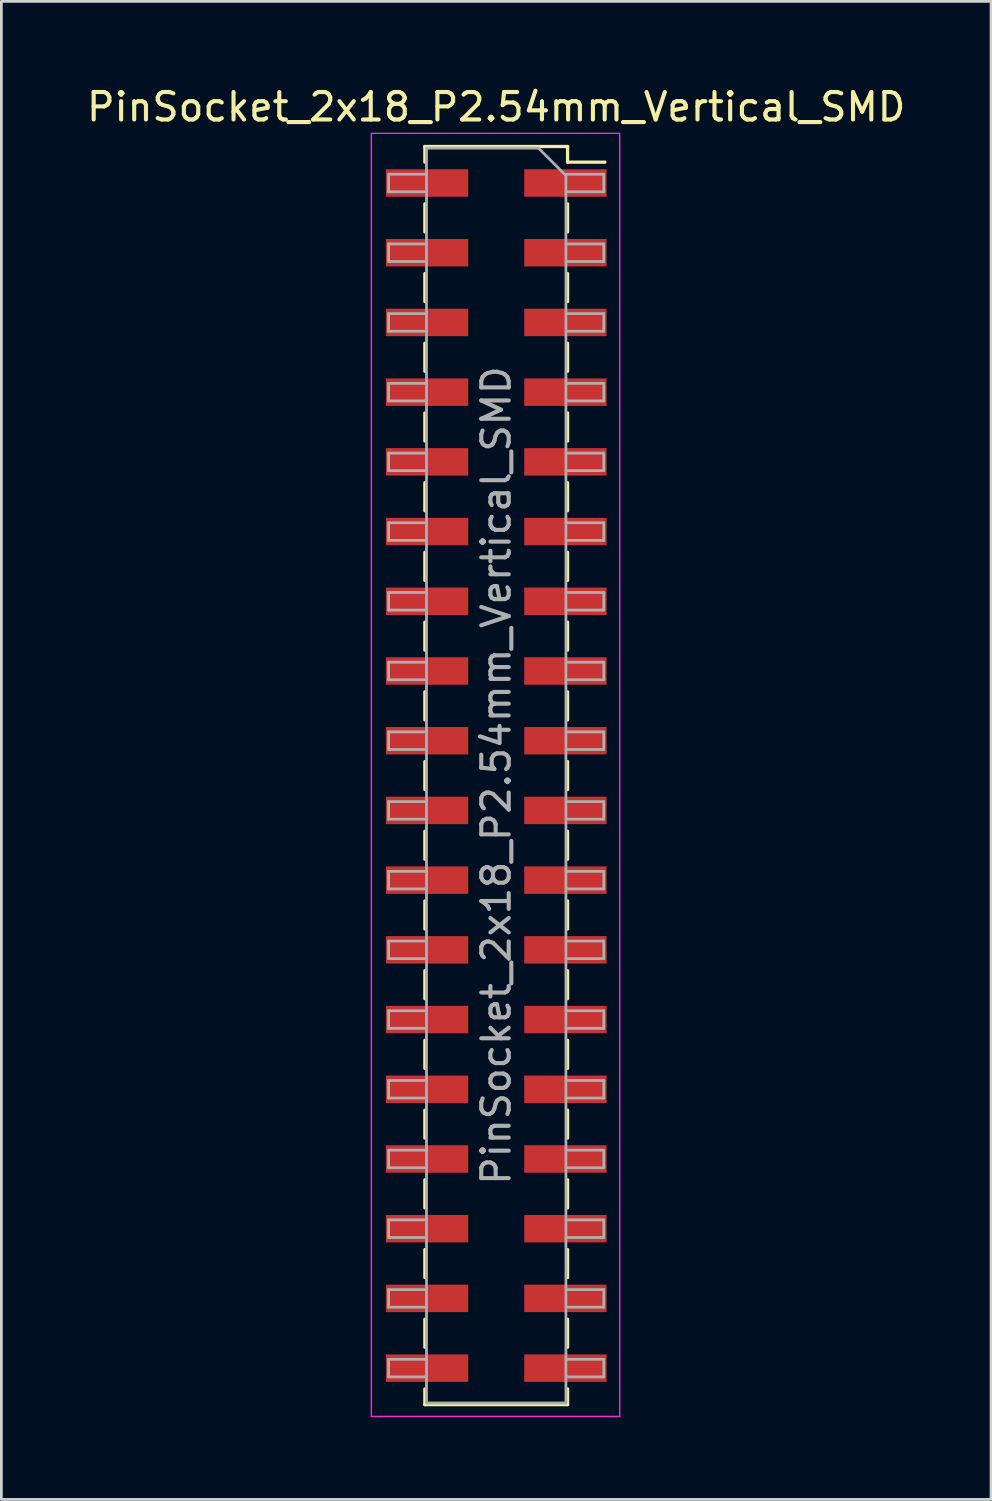
<source format=kicad_pcb>
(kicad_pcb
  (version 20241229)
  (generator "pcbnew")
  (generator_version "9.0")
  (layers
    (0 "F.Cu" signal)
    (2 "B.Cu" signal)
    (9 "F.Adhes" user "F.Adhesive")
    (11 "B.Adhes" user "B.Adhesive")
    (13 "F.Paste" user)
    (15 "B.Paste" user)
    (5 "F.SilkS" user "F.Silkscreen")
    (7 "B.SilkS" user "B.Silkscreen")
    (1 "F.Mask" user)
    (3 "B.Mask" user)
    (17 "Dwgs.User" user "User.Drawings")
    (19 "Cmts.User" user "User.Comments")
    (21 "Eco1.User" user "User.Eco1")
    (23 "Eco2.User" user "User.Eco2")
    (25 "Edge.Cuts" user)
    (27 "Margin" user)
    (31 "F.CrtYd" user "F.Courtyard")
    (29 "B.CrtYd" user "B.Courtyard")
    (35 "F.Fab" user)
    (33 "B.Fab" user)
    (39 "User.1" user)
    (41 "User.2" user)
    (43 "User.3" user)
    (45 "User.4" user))
  (footprint "PinSocket_2x18_P2.54mm_Vertical_SMD"
    (layer "F.Cu")
    (at 15.03 25.208)
    (property "Reference" "PinSocket_2x18_P2.54mm_Vertical_SMD" (at 0 -24.36 0) (layer "F.SilkS") (effects (font (size 1 1) (thickness 0.15))))
    (attr smd)
    (fp_line (start -2.6 -22.92) (end -2.6 -22.35) (stroke (width 0.12) (type solid)) (layer "F.SilkS"))
    (fp_line (start -2.6 -22.92) (end 2.6 -22.92) (stroke (width 0.12) (type solid)) (layer "F.SilkS"))
    (fp_line (start -2.6 -20.83) (end -2.6 -19.81) (stroke (width 0.12) (type solid)) (layer "F.SilkS"))
    (fp_line (start -2.6 -18.29) (end -2.6 -17.27) (stroke (width 0.12) (type solid)) (layer "F.SilkS"))
    (fp_line (start -2.6 -15.75) (end -2.6 -14.73) (stroke (width 0.12) (type solid)) (layer "F.SilkS"))
    (fp_line (start -2.6 -13.21) (end -2.6 -12.19) (stroke (width 0.12) (type solid)) (layer "F.SilkS"))
    (fp_line (start -2.6 -10.67) (end -2.6 -9.65) (stroke (width 0.12) (type solid)) (layer "F.SilkS"))
    (fp_line (start -2.6 -8.13) (end -2.6 -7.11) (stroke (width 0.12) (type solid)) (layer "F.SilkS"))
    (fp_line (start -2.6 -5.59) (end -2.6 -4.57) (stroke (width 0.12) (type solid)) (layer "F.SilkS"))
    (fp_line (start -2.6 -3.05) (end -2.6 -2.03) (stroke (width 0.12) (type solid)) (layer "F.SilkS"))
    (fp_line (start -2.6 -0.51) (end -2.6 0.51) (stroke (width 0.12) (type solid)) (layer "F.SilkS"))
    (fp_line (start -2.6 2.03) (end -2.6 3.05) (stroke (width 0.12) (type solid)) (layer "F.SilkS"))
    (fp_line (start -2.6 4.57) (end -2.6 5.59) (stroke (width 0.12) (type solid)) (layer "F.SilkS"))
    (fp_line (start -2.6 7.11) (end -2.6 8.13) (stroke (width 0.12) (type solid)) (layer "F.SilkS"))
    (fp_line (start -2.6 9.65) (end -2.6 10.67) (stroke (width 0.12) (type solid)) (layer "F.SilkS"))
    (fp_line (start -2.6 12.19) (end -2.6 13.21) (stroke (width 0.12) (type solid)) (layer "F.SilkS"))
    (fp_line (start -2.6 14.73) (end -2.6 15.75) (stroke (width 0.12) (type solid)) (layer "F.SilkS"))
    (fp_line (start -2.6 17.27) (end -2.6 18.29) (stroke (width 0.12) (type solid)) (layer "F.SilkS"))
    (fp_line (start -2.6 19.81) (end -2.6 20.83) (stroke (width 0.12) (type solid)) (layer "F.SilkS"))
    (fp_line (start -2.6 22.35) (end -2.6 22.92) (stroke (width 0.12) (type solid)) (layer "F.SilkS"))
    (fp_line (start -2.6 22.92) (end 2.6 22.92) (stroke (width 0.12) (type solid)) (layer "F.SilkS"))
    (fp_line (start 2.6 -22.92) (end 2.6 -22.35) (stroke (width 0.12) (type solid)) (layer "F.SilkS"))
    (fp_line (start 2.6 -22.35) (end 3.96 -22.35) (stroke (width 0.12) (type solid)) (layer "F.SilkS"))
    (fp_line (start 2.6 -20.83) (end 2.6 -19.81) (stroke (width 0.12) (type solid)) (layer "F.SilkS"))
    (fp_line (start 2.6 -18.29) (end 2.6 -17.27) (stroke (width 0.12) (type solid)) (layer "F.SilkS"))
    (fp_line (start 2.6 -15.75) (end 2.6 -14.73) (stroke (width 0.12) (type solid)) (layer "F.SilkS"))
    (fp_line (start 2.6 -13.21) (end 2.6 -12.19) (stroke (width 0.12) (type solid)) (layer "F.SilkS"))
    (fp_line (start 2.6 -10.67) (end 2.6 -9.65) (stroke (width 0.12) (type solid)) (layer "F.SilkS"))
    (fp_line (start 2.6 -8.13) (end 2.6 -7.11) (stroke (width 0.12) (type solid)) (layer "F.SilkS"))
    (fp_line (start 2.6 -5.59) (end 2.6 -4.57) (stroke (width 0.12) (type solid)) (layer "F.SilkS"))
    (fp_line (start 2.6 -3.05) (end 2.6 -2.03) (stroke (width 0.12) (type solid)) (layer "F.SilkS"))
    (fp_line (start 2.6 -0.51) (end 2.6 0.51) (stroke (width 0.12) (type solid)) (layer "F.SilkS"))
    (fp_line (start 2.6 2.03) (end 2.6 3.05) (stroke (width 0.12) (type solid)) (layer "F.SilkS"))
    (fp_line (start 2.6 4.57) (end 2.6 5.59) (stroke (width 0.12) (type solid)) (layer "F.SilkS"))
    (fp_line (start 2.6 7.11) (end 2.6 8.13) (stroke (width 0.12) (type solid)) (layer "F.SilkS"))
    (fp_line (start 2.6 9.65) (end 2.6 10.67) (stroke (width 0.12) (type solid)) (layer "F.SilkS"))
    (fp_line (start 2.6 12.19) (end 2.6 13.21) (stroke (width 0.12) (type solid)) (layer "F.SilkS"))
    (fp_line (start 2.6 14.73) (end 2.6 15.75) (stroke (width 0.12) (type solid)) (layer "F.SilkS"))
    (fp_line (start 2.6 17.27) (end 2.6 18.29) (stroke (width 0.12) (type solid)) (layer "F.SilkS"))
    (fp_line (start 2.6 19.81) (end 2.6 20.83) (stroke (width 0.12) (type solid)) (layer "F.SilkS"))
    (fp_line (start 2.6 22.35) (end 2.6 22.92) (stroke (width 0.12) (type solid)) (layer "F.SilkS"))
    (fp_line (start -4.55 -23.4) (end 4.5 -23.4) (stroke (width 0.05) (type solid)) (layer "F.CrtYd"))
    (fp_line (start -4.55 23.35) (end -4.55 -23.4) (stroke (width 0.05) (type solid)) (layer "F.CrtYd"))
    (fp_line (start 4.5 -23.4) (end 4.5 23.35) (stroke (width 0.05) (type solid)) (layer "F.CrtYd"))
    (fp_line (start 4.5 23.35) (end -4.55 23.35) (stroke (width 0.05) (type solid)) (layer "F.CrtYd"))
    (fp_line (start -3.92 -21.91) (end -2.54 -21.91) (stroke (width 0.1) (type solid)) (layer "F.Fab"))
    (fp_line (start -3.92 -21.27) (end -3.92 -21.91) (stroke (width 0.1) (type solid)) (layer "F.Fab"))
    (fp_line (start -3.92 -19.37) (end -2.54 -19.37) (stroke (width 0.1) (type solid)) (layer "F.Fab"))
    (fp_line (start -3.92 -18.73) (end -3.92 -19.37) (stroke (width 0.1) (type solid)) (layer "F.Fab"))
    (fp_line (start -3.92 -16.83) (end -2.54 -16.83) (stroke (width 0.1) (type solid)) (layer "F.Fab"))
    (fp_line (start -3.92 -16.19) (end -3.92 -16.83) (stroke (width 0.1) (type solid)) (layer "F.Fab"))
    (fp_line (start -3.92 -14.29) (end -2.54 -14.29) (stroke (width 0.1) (type solid)) (layer "F.Fab"))
    (fp_line (start -3.92 -13.65) (end -3.92 -14.29) (stroke (width 0.1) (type solid)) (layer "F.Fab"))
    (fp_line (start -3.92 -11.75) (end -2.54 -11.75) (stroke (width 0.1) (type solid)) (layer "F.Fab"))
    (fp_line (start -3.92 -11.11) (end -3.92 -11.75) (stroke (width 0.1) (type solid)) (layer "F.Fab"))
    (fp_line (start -3.92 -9.21) (end -2.54 -9.21) (stroke (width 0.1) (type solid)) (layer "F.Fab"))
    (fp_line (start -3.92 -8.57) (end -3.92 -9.21) (stroke (width 0.1) (type solid)) (layer "F.Fab"))
    (fp_line (start -3.92 -6.67) (end -2.54 -6.67) (stroke (width 0.1) (type solid)) (layer "F.Fab"))
    (fp_line (start -3.92 -6.03) (end -3.92 -6.67) (stroke (width 0.1) (type solid)) (layer "F.Fab"))
    (fp_line (start -3.92 -4.13) (end -2.54 -4.13) (stroke (width 0.1) (type solid)) (layer "F.Fab"))
    (fp_line (start -3.92 -3.49) (end -3.92 -4.13) (stroke (width 0.1) (type solid)) (layer "F.Fab"))
    (fp_line (start -3.92 -1.59) (end -2.54 -1.59) (stroke (width 0.1) (type solid)) (layer "F.Fab"))
    (fp_line (start -3.92 -0.95) (end -3.92 -1.59) (stroke (width 0.1) (type solid)) (layer "F.Fab"))
    (fp_line (start -3.92 0.95) (end -2.54 0.95) (stroke (width 0.1) (type solid)) (layer "F.Fab"))
    (fp_line (start -3.92 1.59) (end -3.92 0.95) (stroke (width 0.1) (type solid)) (layer "F.Fab"))
    (fp_line (start -3.92 3.49) (end -2.54 3.49) (stroke (width 0.1) (type solid)) (layer "F.Fab"))
    (fp_line (start -3.92 4.13) (end -3.92 3.49) (stroke (width 0.1) (type solid)) (layer "F.Fab"))
    (fp_line (start -3.92 6.03) (end -2.54 6.03) (stroke (width 0.1) (type solid)) (layer "F.Fab"))
    (fp_line (start -3.92 6.67) (end -3.92 6.03) (stroke (width 0.1) (type solid)) (layer "F.Fab"))
    (fp_line (start -3.92 8.57) (end -2.54 8.57) (stroke (width 0.1) (type solid)) (layer "F.Fab"))
    (fp_line (start -3.92 9.21) (end -3.92 8.57) (stroke (width 0.1) (type solid)) (layer "F.Fab"))
    (fp_line (start -3.92 11.11) (end -2.54 11.11) (stroke (width 0.1) (type solid)) (layer "F.Fab"))
    (fp_line (start -3.92 11.75) (end -3.92 11.11) (stroke (width 0.1) (type solid)) (layer "F.Fab"))
    (fp_line (start -3.92 13.65) (end -2.54 13.65) (stroke (width 0.1) (type solid)) (layer "F.Fab"))
    (fp_line (start -3.92 14.29) (end -3.92 13.65) (stroke (width 0.1) (type solid)) (layer "F.Fab"))
    (fp_line (start -3.92 16.19) (end -2.54 16.19) (stroke (width 0.1) (type solid)) (layer "F.Fab"))
    (fp_line (start -3.92 16.83) (end -3.92 16.19) (stroke (width 0.1) (type solid)) (layer "F.Fab"))
    (fp_line (start -3.92 18.73) (end -2.54 18.73) (stroke (width 0.1) (type solid)) (layer "F.Fab"))
    (fp_line (start -3.92 19.37) (end -3.92 18.73) (stroke (width 0.1) (type solid)) (layer "F.Fab"))
    (fp_line (start -3.92 21.27) (end -2.54 21.27) (stroke (width 0.1) (type solid)) (layer "F.Fab"))
    (fp_line (start -3.92 21.91) (end -3.92 21.27) (stroke (width 0.1) (type solid)) (layer "F.Fab"))
    (fp_line (start -2.54 -22.86) (end 1.54 -22.86) (stroke (width 0.1) (type solid)) (layer "F.Fab"))
    (fp_line (start -2.54 -21.27) (end -3.92 -21.27) (stroke (width 0.1) (type solid)) (layer "F.Fab"))
    (fp_line (start -2.54 -18.73) (end -3.92 -18.73) (stroke (width 0.1) (type solid)) (layer "F.Fab"))
    (fp_line (start -2.54 -16.19) (end -3.92 -16.19) (stroke (width 0.1) (type solid)) (layer "F.Fab"))
    (fp_line (start -2.54 -13.65) (end -3.92 -13.65) (stroke (width 0.1) (type solid)) (layer "F.Fab"))
    (fp_line (start -2.54 -11.11) (end -3.92 -11.11) (stroke (width 0.1) (type solid)) (layer "F.Fab"))
    (fp_line (start -2.54 -8.57) (end -3.92 -8.57) (stroke (width 0.1) (type solid)) (layer "F.Fab"))
    (fp_line (start -2.54 -6.03) (end -3.92 -6.03) (stroke (width 0.1) (type solid)) (layer "F.Fab"))
    (fp_line (start -2.54 -3.49) (end -3.92 -3.49) (stroke (width 0.1) (type solid)) (layer "F.Fab"))
    (fp_line (start -2.54 -0.95) (end -3.92 -0.95) (stroke (width 0.1) (type solid)) (layer "F.Fab"))
    (fp_line (start -2.54 1.59) (end -3.92 1.59) (stroke (width 0.1) (type solid)) (layer "F.Fab"))
    (fp_line (start -2.54 4.13) (end -3.92 4.13) (stroke (width 0.1) (type solid)) (layer "F.Fab"))
    (fp_line (start -2.54 6.67) (end -3.92 6.67) (stroke (width 0.1) (type solid)) (layer "F.Fab"))
    (fp_line (start -2.54 9.21) (end -3.92 9.21) (stroke (width 0.1) (type solid)) (layer "F.Fab"))
    (fp_line (start -2.54 11.75) (end -3.92 11.75) (stroke (width 0.1) (type solid)) (layer "F.Fab"))
    (fp_line (start -2.54 14.29) (end -3.92 14.29) (stroke (width 0.1) (type solid)) (layer "F.Fab"))
    (fp_line (start -2.54 16.83) (end -3.92 16.83) (stroke (width 0.1) (type solid)) (layer "F.Fab"))
    (fp_line (start -2.54 19.37) (end -3.92 19.37) (stroke (width 0.1) (type solid)) (layer "F.Fab"))
    (fp_line (start -2.54 21.91) (end -3.92 21.91) (stroke (width 0.1) (type solid)) (layer "F.Fab"))
    (fp_line (start -2.54 22.86) (end -2.54 -22.86) (stroke (width 0.1) (type solid)) (layer "F.Fab"))
    (fp_line (start 1.54 -22.86) (end 2.54 -21.86) (stroke (width 0.1) (type solid)) (layer "F.Fab"))
    (fp_line (start 2.54 -21.91) (end 3.92 -21.91) (stroke (width 0.1) (type solid)) (layer "F.Fab"))
    (fp_line (start 2.54 -21.86) (end 2.54 22.86) (stroke (width 0.1) (type solid)) (layer "F.Fab"))
    (fp_line (start 2.54 -19.37) (end 3.92 -19.37) (stroke (width 0.1) (type solid)) (layer "F.Fab"))
    (fp_line (start 2.54 -16.83) (end 3.92 -16.83) (stroke (width 0.1) (type solid)) (layer "F.Fab"))
    (fp_line (start 2.54 -14.29) (end 3.92 -14.29) (stroke (width 0.1) (type solid)) (layer "F.Fab"))
    (fp_line (start 2.54 -11.75) (end 3.92 -11.75) (stroke (width 0.1) (type solid)) (layer "F.Fab"))
    (fp_line (start 2.54 -9.21) (end 3.92 -9.21) (stroke (width 0.1) (type solid)) (layer "F.Fab"))
    (fp_line (start 2.54 -6.67) (end 3.92 -6.67) (stroke (width 0.1) (type solid)) (layer "F.Fab"))
    (fp_line (start 2.54 -4.13) (end 3.92 -4.13) (stroke (width 0.1) (type solid)) (layer "F.Fab"))
    (fp_line (start 2.54 -1.59) (end 3.92 -1.59) (stroke (width 0.1) (type solid)) (layer "F.Fab"))
    (fp_line (start 2.54 0.95) (end 3.92 0.95) (stroke (width 0.1) (type solid)) (layer "F.Fab"))
    (fp_line (start 2.54 3.49) (end 3.92 3.49) (stroke (width 0.1) (type solid)) (layer "F.Fab"))
    (fp_line (start 2.54 6.03) (end 3.92 6.03) (stroke (width 0.1) (type solid)) (layer "F.Fab"))
    (fp_line (start 2.54 8.57) (end 3.92 8.57) (stroke (width 0.1) (type solid)) (layer "F.Fab"))
    (fp_line (start 2.54 11.11) (end 3.92 11.11) (stroke (width 0.1) (type solid)) (layer "F.Fab"))
    (fp_line (start 2.54 13.65) (end 3.92 13.65) (stroke (width 0.1) (type solid)) (layer "F.Fab"))
    (fp_line (start 2.54 16.19) (end 3.92 16.19) (stroke (width 0.1) (type solid)) (layer "F.Fab"))
    (fp_line (start 2.54 18.73) (end 3.92 18.73) (stroke (width 0.1) (type solid)) (layer "F.Fab"))
    (fp_line (start 2.54 21.27) (end 3.92 21.27) (stroke (width 0.1) (type solid)) (layer "F.Fab"))
    (fp_line (start 2.54 22.86) (end -2.54 22.86) (stroke (width 0.1) (type solid)) (layer "F.Fab"))
    (fp_line (start 3.92 -21.91) (end 3.92 -21.27) (stroke (width 0.1) (type solid)) (layer "F.Fab"))
    (fp_line (start 3.92 -21.27) (end 2.54 -21.27) (stroke (width 0.1) (type solid)) (layer "F.Fab"))
    (fp_line (start 3.92 -19.37) (end 3.92 -18.73) (stroke (width 0.1) (type solid)) (layer "F.Fab"))
    (fp_line (start 3.92 -18.73) (end 2.54 -18.73) (stroke (width 0.1) (type solid)) (layer "F.Fab"))
    (fp_line (start 3.92 -16.83) (end 3.92 -16.19) (stroke (width 0.1) (type solid)) (layer "F.Fab"))
    (fp_line (start 3.92 -16.19) (end 2.54 -16.19) (stroke (width 0.1) (type solid)) (layer "F.Fab"))
    (fp_line (start 3.92 -14.29) (end 3.92 -13.65) (stroke (width 0.1) (type solid)) (layer "F.Fab"))
    (fp_line (start 3.92 -13.65) (end 2.54 -13.65) (stroke (width 0.1) (type solid)) (layer "F.Fab"))
    (fp_line (start 3.92 -11.75) (end 3.92 -11.11) (stroke (width 0.1) (type solid)) (layer "F.Fab"))
    (fp_line (start 3.92 -11.11) (end 2.54 -11.11) (stroke (width 0.1) (type solid)) (layer "F.Fab"))
    (fp_line (start 3.92 -9.21) (end 3.92 -8.57) (stroke (width 0.1) (type solid)) (layer "F.Fab"))
    (fp_line (start 3.92 -8.57) (end 2.54 -8.57) (stroke (width 0.1) (type solid)) (layer "F.Fab"))
    (fp_line (start 3.92 -6.67) (end 3.92 -6.03) (stroke (width 0.1) (type solid)) (layer "F.Fab"))
    (fp_line (start 3.92 -6.03) (end 2.54 -6.03) (stroke (width 0.1) (type solid)) (layer "F.Fab"))
    (fp_line (start 3.92 -4.13) (end 3.92 -3.49) (stroke (width 0.1) (type solid)) (layer "F.Fab"))
    (fp_line (start 3.92 -3.49) (end 2.54 -3.49) (stroke (width 0.1) (type solid)) (layer "F.Fab"))
    (fp_line (start 3.92 -1.59) (end 3.92 -0.95) (stroke (width 0.1) (type solid)) (layer "F.Fab"))
    (fp_line (start 3.92 -0.95) (end 2.54 -0.95) (stroke (width 0.1) (type solid)) (layer "F.Fab"))
    (fp_line (start 3.92 0.95) (end 3.92 1.59) (stroke (width 0.1) (type solid)) (layer "F.Fab"))
    (fp_line (start 3.92 1.59) (end 2.54 1.59) (stroke (width 0.1) (type solid)) (layer "F.Fab"))
    (fp_line (start 3.92 3.49) (end 3.92 4.13) (stroke (width 0.1) (type solid)) (layer "F.Fab"))
    (fp_line (start 3.92 4.13) (end 2.54 4.13) (stroke (width 0.1) (type solid)) (layer "F.Fab"))
    (fp_line (start 3.92 6.03) (end 3.92 6.67) (stroke (width 0.1) (type solid)) (layer "F.Fab"))
    (fp_line (start 3.92 6.67) (end 2.54 6.67) (stroke (width 0.1) (type solid)) (layer "F.Fab"))
    (fp_line (start 3.92 8.57) (end 3.92 9.21) (stroke (width 0.1) (type solid)) (layer "F.Fab"))
    (fp_line (start 3.92 9.21) (end 2.54 9.21) (stroke (width 0.1) (type solid)) (layer "F.Fab"))
    (fp_line (start 3.92 11.11) (end 3.92 11.75) (stroke (width 0.1) (type solid)) (layer "F.Fab"))
    (fp_line (start 3.92 11.75) (end 2.54 11.75) (stroke (width 0.1) (type solid)) (layer "F.Fab"))
    (fp_line (start 3.92 13.65) (end 3.92 14.29) (stroke (width 0.1) (type solid)) (layer "F.Fab"))
    (fp_line (start 3.92 14.29) (end 2.54 14.29) (stroke (width 0.1) (type solid)) (layer "F.Fab"))
    (fp_line (start 3.92 16.19) (end 3.92 16.83) (stroke (width 0.1) (type solid)) (layer "F.Fab"))
    (fp_line (start 3.92 16.83) (end 2.54 16.83) (stroke (width 0.1) (type solid)) (layer "F.Fab"))
    (fp_line (start 3.92 18.73) (end 3.92 19.37) (stroke (width 0.1) (type solid)) (layer "F.Fab"))
    (fp_line (start 3.92 19.37) (end 2.54 19.37) (stroke (width 0.1) (type solid)) (layer "F.Fab"))
    (fp_line (start 3.92 21.27) (end 3.92 21.91) (stroke (width 0.1) (type solid)) (layer "F.Fab"))
    (fp_line (start 3.92 21.91) (end 2.54 21.91) (stroke (width 0.1) (type solid)) (layer "F.Fab"))
    (fp_text user "${REFERENCE}" (at 0 0 90) (layer "F.Fab") (effects (font (size 1 1) (thickness 0.15))))
    (pad "1" smd rect (at 2.52 -21.59) (size 3 1) (layers "F.Cu" "F.Mask" "F.Paste"))
    (pad "2" smd rect (at -2.52 -21.59) (size 3 1) (layers "F.Cu" "F.Mask" "F.Paste"))
    (pad "3" smd rect (at 2.52 -19.05) (size 3 1) (layers "F.Cu" "F.Mask" "F.Paste"))
    (pad "4" smd rect (at -2.52 -19.05) (size 3 1) (layers "F.Cu" "F.Mask" "F.Paste"))
    (pad "5" smd rect (at 2.52 -16.51) (size 3 1) (layers "F.Cu" "F.Mask" "F.Paste"))
    (pad "6" smd rect (at -2.52 -16.51) (size 3 1) (layers "F.Cu" "F.Mask" "F.Paste"))
    (pad "7" smd rect (at 2.52 -13.97) (size 3 1) (layers "F.Cu" "F.Mask" "F.Paste"))
    (pad "8" smd rect (at -2.52 -13.97) (size 3 1) (layers "F.Cu" "F.Mask" "F.Paste"))
    (pad "9" smd rect (at 2.52 -11.43) (size 3 1) (layers "F.Cu" "F.Mask" "F.Paste"))
    (pad "10" smd rect (at -2.52 -11.43) (size 3 1) (layers "F.Cu" "F.Mask" "F.Paste"))
    (pad "11" smd rect (at 2.52 -8.89) (size 3 1) (layers "F.Cu" "F.Mask" "F.Paste"))
    (pad "12" smd rect (at -2.52 -8.89) (size 3 1) (layers "F.Cu" "F.Mask" "F.Paste"))
    (pad "13" smd rect (at 2.52 -6.35) (size 3 1) (layers "F.Cu" "F.Mask" "F.Paste"))
    (pad "14" smd rect (at -2.52 -6.35) (size 3 1) (layers "F.Cu" "F.Mask" "F.Paste"))
    (pad "15" smd rect (at 2.52 -3.81) (size 3 1) (layers "F.Cu" "F.Mask" "F.Paste"))
    (pad "16" smd rect (at -2.52 -3.81) (size 3 1) (layers "F.Cu" "F.Mask" "F.Paste"))
    (pad "17" smd rect (at 2.52 -1.27) (size 3 1) (layers "F.Cu" "F.Mask" "F.Paste"))
    (pad "18" smd rect (at -2.52 -1.27) (size 3 1) (layers "F.Cu" "F.Mask" "F.Paste"))
    (pad "19" smd rect (at 2.52 1.27) (size 3 1) (layers "F.Cu" "F.Mask" "F.Paste"))
    (pad "20" smd rect (at -2.52 1.27) (size 3 1) (layers "F.Cu" "F.Mask" "F.Paste"))
    (pad "21" smd rect (at 2.52 3.81) (size 3 1) (layers "F.Cu" "F.Mask" "F.Paste"))
    (pad "22" smd rect (at -2.52 3.81) (size 3 1) (layers "F.Cu" "F.Mask" "F.Paste"))
    (pad "23" smd rect (at 2.52 6.35) (size 3 1) (layers "F.Cu" "F.Mask" "F.Paste"))
    (pad "24" smd rect (at -2.52 6.35) (size 3 1) (layers "F.Cu" "F.Mask" "F.Paste"))
    (pad "25" smd rect (at 2.52 8.89) (size 3 1) (layers "F.Cu" "F.Mask" "F.Paste"))
    (pad "26" smd rect (at -2.52 8.89) (size 3 1) (layers "F.Cu" "F.Mask" "F.Paste"))
    (pad "27" smd rect (at 2.52 11.43) (size 3 1) (layers "F.Cu" "F.Mask" "F.Paste"))
    (pad "28" smd rect (at -2.52 11.43) (size 3 1) (layers "F.Cu" "F.Mask" "F.Paste"))
    (pad "29" smd rect (at 2.52 13.97) (size 3 1) (layers "F.Cu" "F.Mask" "F.Paste"))
    (pad "30" smd rect (at -2.52 13.97) (size 3 1) (layers "F.Cu" "F.Mask" "F.Paste"))
    (pad "31" smd rect (at 2.52 16.51) (size 3 1) (layers "F.Cu" "F.Mask" "F.Paste"))
    (pad "32" smd rect (at -2.52 16.51) (size 3 1) (layers "F.Cu" "F.Mask" "F.Paste"))
    (pad "33" smd rect (at 2.52 19.05) (size 3 1) (layers "F.Cu" "F.Mask" "F.Paste"))
    (pad "34" smd rect (at -2.52 19.05) (size 3 1) (layers "F.Cu" "F.Mask" "F.Paste"))
    (pad "35" smd rect (at 2.52 21.59) (size 3 1) (layers "F.Cu" "F.Mask" "F.Paste"))
    (pad "36" smd rect (at -2.52 21.59) (size 3 1) (layers "F.Cu" "F.Mask" "F.Paste")))
  (gr_rect
    (start -3 -3)
    (end 33.06 51.583)
    (stroke (width 0.1) (type default))
    (fill no)
    (layer "Edge.Cuts")))
</source>
